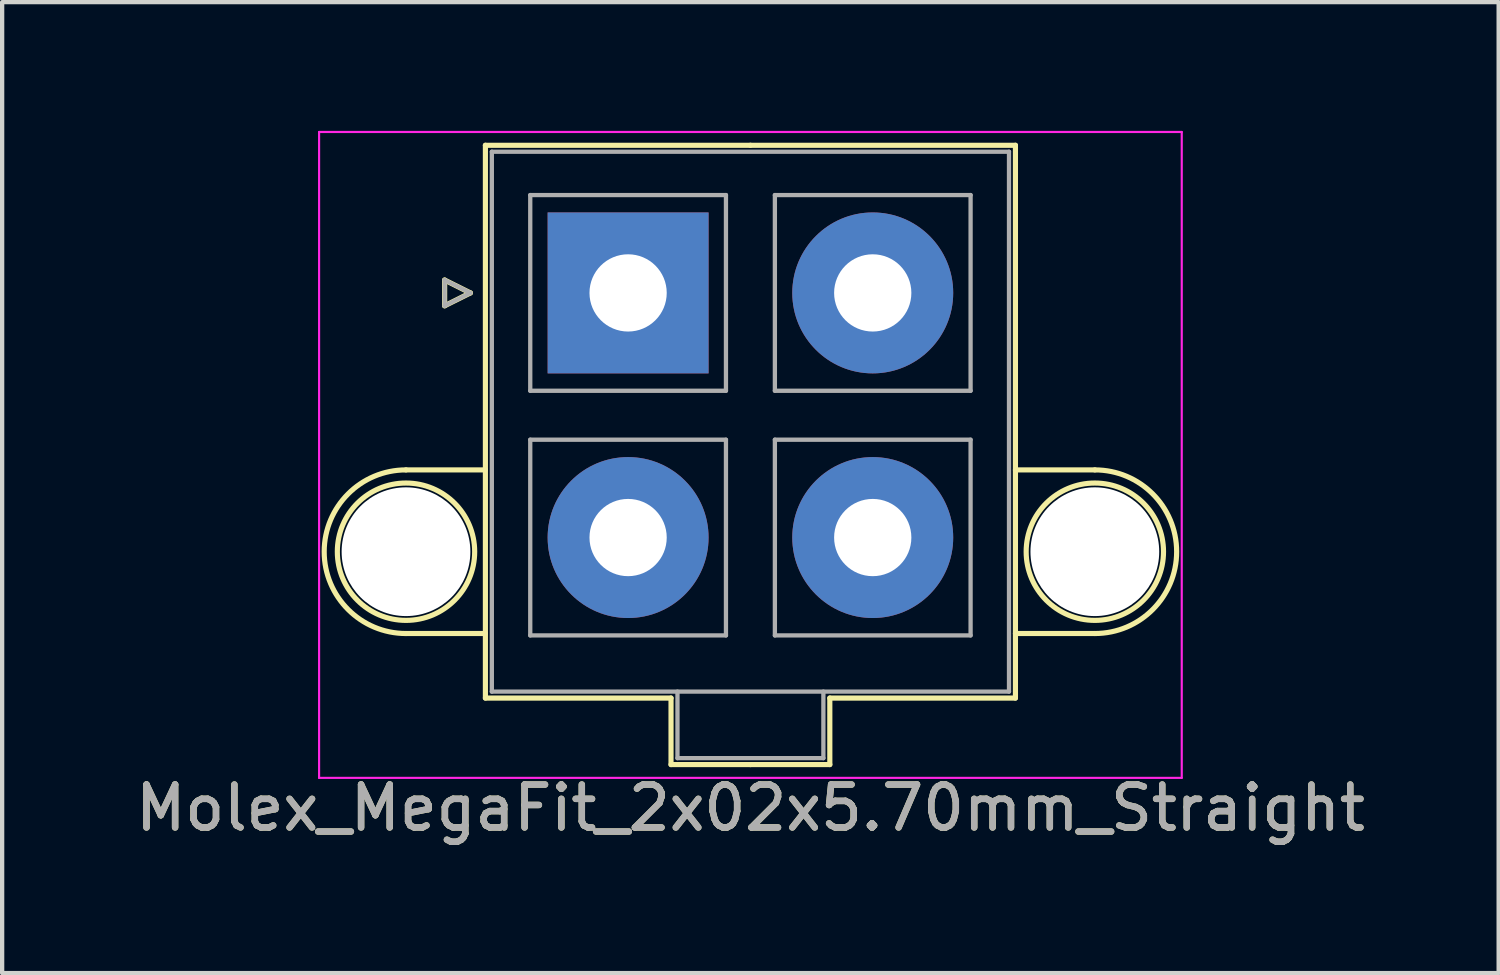
<source format=kicad_pcb>
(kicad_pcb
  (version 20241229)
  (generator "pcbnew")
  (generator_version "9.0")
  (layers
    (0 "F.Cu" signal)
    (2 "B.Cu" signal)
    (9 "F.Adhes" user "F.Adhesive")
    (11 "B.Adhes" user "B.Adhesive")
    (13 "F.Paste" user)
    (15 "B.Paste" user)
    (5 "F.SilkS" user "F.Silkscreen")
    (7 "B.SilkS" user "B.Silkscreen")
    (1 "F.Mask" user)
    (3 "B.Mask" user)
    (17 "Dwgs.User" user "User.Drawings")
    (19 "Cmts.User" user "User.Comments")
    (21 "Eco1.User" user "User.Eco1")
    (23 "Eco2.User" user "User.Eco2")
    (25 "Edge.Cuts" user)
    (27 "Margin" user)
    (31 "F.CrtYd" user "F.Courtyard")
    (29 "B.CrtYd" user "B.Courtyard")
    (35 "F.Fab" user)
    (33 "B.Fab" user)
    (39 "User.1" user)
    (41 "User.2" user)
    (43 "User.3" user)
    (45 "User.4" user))
  (footprint "Molex_MegaFit_2x02x5.70mm_Straight"
    (layer "F.Cu")
    (at 11.585 3.775)
    (property "Reference" "Molex_MegaFit_2x02x5.70mm_Straight" (at 2.85 12 0) (layer "F.SilkS") (effects (font (size 1 1) (thickness 0.15))))
    (attr through_hole)
    (fp_line (start -5.175 4.124) (end -3.325 4.124) (stroke (width 0.12) (type solid)) (layer "F.SilkS"))
    (fp_line (start -5.175 7.936) (end -3.325 7.936) (stroke (width 0.12) (type solid)) (layer "F.SilkS"))
    (fp_line (start -4.275 -0.3) (end -3.675 0) (stroke (width 0.12) (type solid)) (layer "F.SilkS"))
    (fp_line (start -4.275 0.3) (end -4.275 -0.3) (stroke (width 0.12) (type solid)) (layer "F.SilkS"))
    (fp_line (start -3.675 0) (end -4.275 0.3) (stroke (width 0.12) (type solid)) (layer "F.SilkS"))
    (fp_line (start -3.325 -3.44) (end -3.325 9.44) (stroke (width 0.12) (type solid)) (layer "F.SilkS"))
    (fp_line (start -3.325 9.44) (end 1 9.44) (stroke (width 0.12) (type solid)) (layer "F.SilkS"))
    (fp_line (start 1 9.44) (end 1 10.99) (stroke (width 0.12) (type solid)) (layer "F.SilkS"))
    (fp_line (start 1 10.99) (end 2.85 10.99) (stroke (width 0.12) (type solid)) (layer "F.SilkS"))
    (fp_line (start 2.85 -3.44) (end -3.325 -3.44) (stroke (width 0.12) (type solid)) (layer "F.SilkS"))
    (fp_line (start 2.85 -3.44) (end 9.025 -3.44) (stroke (width 0.12) (type solid)) (layer "F.SilkS"))
    (fp_line (start 4.7 9.44) (end 4.7 10.99) (stroke (width 0.12) (type solid)) (layer "F.SilkS"))
    (fp_line (start 4.7 10.99) (end 2.85 10.99) (stroke (width 0.12) (type solid)) (layer "F.SilkS"))
    (fp_line (start 9.025 -3.44) (end 9.025 9.44) (stroke (width 0.12) (type solid)) (layer "F.SilkS"))
    (fp_line (start 9.025 9.44) (end 4.7 9.44) (stroke (width 0.12) (type solid)) (layer "F.SilkS"))
    (fp_line (start 10.875 4.124) (end 9.025 4.124) (stroke (width 0.12) (type solid)) (layer "F.SilkS"))
    (fp_line (start 10.875 7.936) (end 9.025 7.936) (stroke (width 0.12) (type solid)) (layer "F.SilkS"))
    (fp_arc (start -5.175 7.93625) (mid -7.08125 6.03) (end -5.175 4.12375) (stroke (width 0.12) (type solid)) (layer "F.SilkS"))
    (fp_arc (start 10.875 4.12375) (mid 12.78125 6.03) (end 10.875 7.93625) (stroke (width 0.12) (type solid)) (layer "F.SilkS"))
    (fp_circle (center -5.175 6.03) (end -3.575 6.03) (stroke (width 0.12) (type solid)) (fill no) (layer "F.SilkS"))
    (fp_circle (center 10.875 6.03) (end 12.475 6.03) (stroke (width 0.12) (type solid)) (fill no) (layer "F.SilkS"))
    (fp_line (start -7.2 -3.75) (end -7.2 11.3) (stroke (width 0.05) (type solid)) (layer "F.CrtYd"))
    (fp_line (start -7.2 11.3) (end 12.9 11.3) (stroke (width 0.05) (type solid)) (layer "F.CrtYd"))
    (fp_line (start 12.9 -3.75) (end -7.2 -3.75) (stroke (width 0.05) (type solid)) (layer "F.CrtYd"))
    (fp_line (start 12.9 11.3) (end 12.9 -3.75) (stroke (width 0.05) (type solid)) (layer "F.CrtYd"))
    (fp_line (start -4.275 -0.3) (end -3.675 0) (stroke (width 0.1) (type solid)) (layer "F.Fab"))
    (fp_line (start -4.275 0.3) (end -4.275 -0.3) (stroke (width 0.1) (type solid)) (layer "F.Fab"))
    (fp_line (start -3.675 0) (end -4.275 0.3) (stroke (width 0.1) (type solid)) (layer "F.Fab"))
    (fp_line (start -3.175 -3.29) (end -3.175 9.29) (stroke (width 0.1) (type solid)) (layer "F.Fab"))
    (fp_line (start -3.175 9.29) (end 8.875 9.29) (stroke (width 0.1) (type solid)) (layer "F.Fab"))
    (fp_line (start -2.28 -2.28) (end -2.28 2.28) (stroke (width 0.1) (type solid)) (layer "F.Fab"))
    (fp_line (start -2.28 2.28) (end 2.28 2.28) (stroke (width 0.1) (type solid)) (layer "F.Fab"))
    (fp_line (start -2.28 3.42) (end -2.28 7.98) (stroke (width 0.1) (type solid)) (layer "F.Fab"))
    (fp_line (start -2.28 7.98) (end 2.28 7.98) (stroke (width 0.1) (type solid)) (layer "F.Fab"))
    (fp_line (start 1.15 9.29) (end 1.15 10.84) (stroke (width 0.1) (type solid)) (layer "F.Fab"))
    (fp_line (start 1.15 10.84) (end 4.55 10.84) (stroke (width 0.1) (type solid)) (layer "F.Fab"))
    (fp_line (start 2.28 -2.28) (end -2.28 -2.28) (stroke (width 0.1) (type solid)) (layer "F.Fab"))
    (fp_line (start 2.28 2.28) (end 2.28 -2.28) (stroke (width 0.1) (type solid)) (layer "F.Fab"))
    (fp_line (start 2.28 3.42) (end -2.28 3.42) (stroke (width 0.1) (type solid)) (layer "F.Fab"))
    (fp_line (start 2.28 7.98) (end 2.28 3.42) (stroke (width 0.1) (type solid)) (layer "F.Fab"))
    (fp_line (start 3.42 -2.28) (end 3.42 2.28) (stroke (width 0.1) (type solid)) (layer "F.Fab"))
    (fp_line (start 3.42 2.28) (end 7.98 2.28) (stroke (width 0.1) (type solid)) (layer "F.Fab"))
    (fp_line (start 3.42 3.42) (end 3.42 7.98) (stroke (width 0.1) (type solid)) (layer "F.Fab"))
    (fp_line (start 3.42 7.98) (end 7.98 7.98) (stroke (width 0.1) (type solid)) (layer "F.Fab"))
    (fp_line (start 4.55 10.84) (end 4.55 9.29) (stroke (width 0.1) (type solid)) (layer "F.Fab"))
    (fp_line (start 7.98 -2.28) (end 3.42 -2.28) (stroke (width 0.1) (type solid)) (layer "F.Fab"))
    (fp_line (start 7.98 2.28) (end 7.98 -2.28) (stroke (width 0.1) (type solid)) (layer "F.Fab"))
    (fp_line (start 7.98 3.42) (end 3.42 3.42) (stroke (width 0.1) (type solid)) (layer "F.Fab"))
    (fp_line (start 7.98 7.98) (end 7.98 3.42) (stroke (width 0.1) (type solid)) (layer "F.Fab"))
    (fp_line (start 8.875 -3.29) (end -3.175 -3.29) (stroke (width 0.1) (type solid)) (layer "F.Fab"))
    (fp_line (start 8.875 9.29) (end 8.875 -3.29) (stroke (width 0.1) (type solid)) (layer "F.Fab"))
    (fp_text user "${REFERENCE}" (at 2.85 12 0) (layer "F.Fab") (effects (font (size 1 1) (thickness 0.15))))
    (pad "" np_thru_hole circle (at -5.175 6.03) (size 3 3) (drill 3) (layers "*.Cu" "*.Mask"))
    (pad "" np_thru_hole circle (at 10.875 6.03) (size 3 3) (drill 3) (layers "*.Cu" "*.Mask"))
    (pad "1" thru_hole rect (at 0 0) (size 3.75 3.75) (drill 1.8) (layers "*.Cu" "*.Mask"))
    (pad "2" thru_hole circle (at 5.7 0) (size 3.75 3.75) (drill 1.8) (layers "*.Cu" "*.Mask"))
    (pad "3" thru_hole circle (at 0 5.7) (size 3.75 3.75) (drill 1.8) (layers "*.Cu" "*.Mask"))
    (pad "4" thru_hole circle (at 5.7 5.7) (size 3.75 3.75) (drill 1.8) (layers "*.Cu" "*.Mask")))
  (gr_rect
    (start -3 -3)
    (end 31.869 19.623)
    (stroke (width 0.1) (type default))
    (fill no)
    (layer "Edge.Cuts")))
</source>
